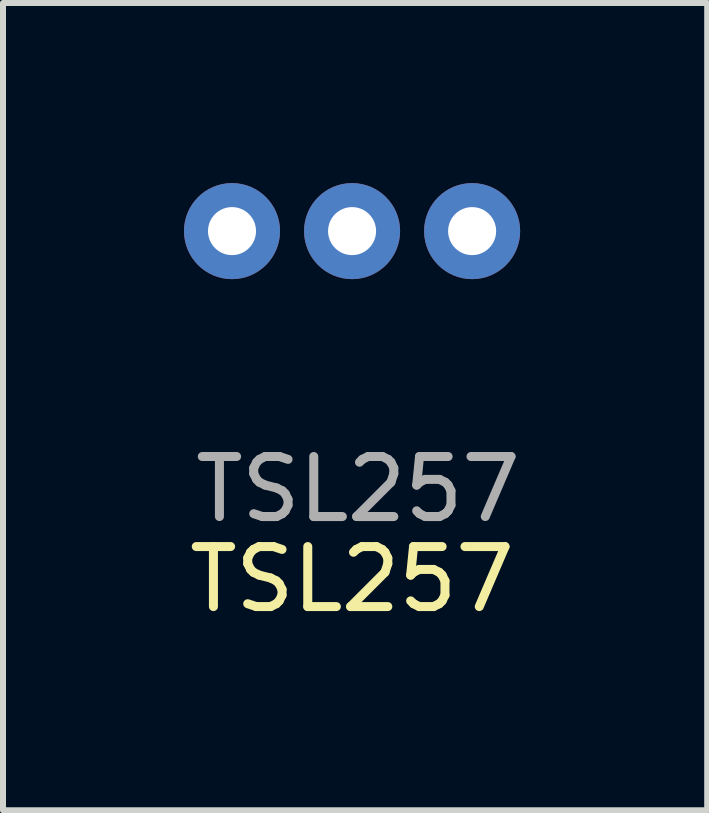
<source format=kicad_pcb>
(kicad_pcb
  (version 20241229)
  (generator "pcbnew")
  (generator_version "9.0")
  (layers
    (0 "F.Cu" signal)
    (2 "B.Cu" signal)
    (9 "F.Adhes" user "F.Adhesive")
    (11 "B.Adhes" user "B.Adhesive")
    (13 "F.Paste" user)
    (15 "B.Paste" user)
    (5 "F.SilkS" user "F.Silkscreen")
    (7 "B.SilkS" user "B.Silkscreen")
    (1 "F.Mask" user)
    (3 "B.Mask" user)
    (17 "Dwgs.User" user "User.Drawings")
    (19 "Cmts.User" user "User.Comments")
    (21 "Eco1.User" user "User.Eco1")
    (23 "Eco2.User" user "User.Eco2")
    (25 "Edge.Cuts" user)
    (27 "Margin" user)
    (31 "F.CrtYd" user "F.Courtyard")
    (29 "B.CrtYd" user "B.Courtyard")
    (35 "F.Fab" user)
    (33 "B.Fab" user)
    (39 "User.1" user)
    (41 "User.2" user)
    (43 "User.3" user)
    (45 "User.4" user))
  (footprint "TSL257"
    (layer "F.Cu")
    (at 2.815 0.8)
    (property "Reference" "TSL257" (at 0 5.8 0) (unlocked yes) (layer "F.SilkS") (effects (font (size 1 1) (thickness 0.15))))
    (attr through_hole)
    (fp_text user "${REFERENCE}" (at 0.1 4.3 0) (unlocked yes) (layer "F.Fab") (effects (font (size 1 1) (thickness 0.15))))
    (pad "1" thru_hole circle (at -2 0) (size 1.6 1.6) (drill 0.8) (layers "*.Cu" "*.Mask"))
    (pad "2" thru_hole circle (at 0 0) (size 1.6 1.6) (drill 0.8) (layers "*.Cu" "*.Mask"))
    (pad "3" thru_hole circle (at 2 0) (size 1.6 1.6) (drill 0.8) (layers "*.Cu" "*.Mask")))
  (gr_rect
    (start -3 -3)
    (end 8.731 10.448)
    (stroke (width 0.1) (type default))
    (fill no)
    (layer "Edge.Cuts")))
</source>
